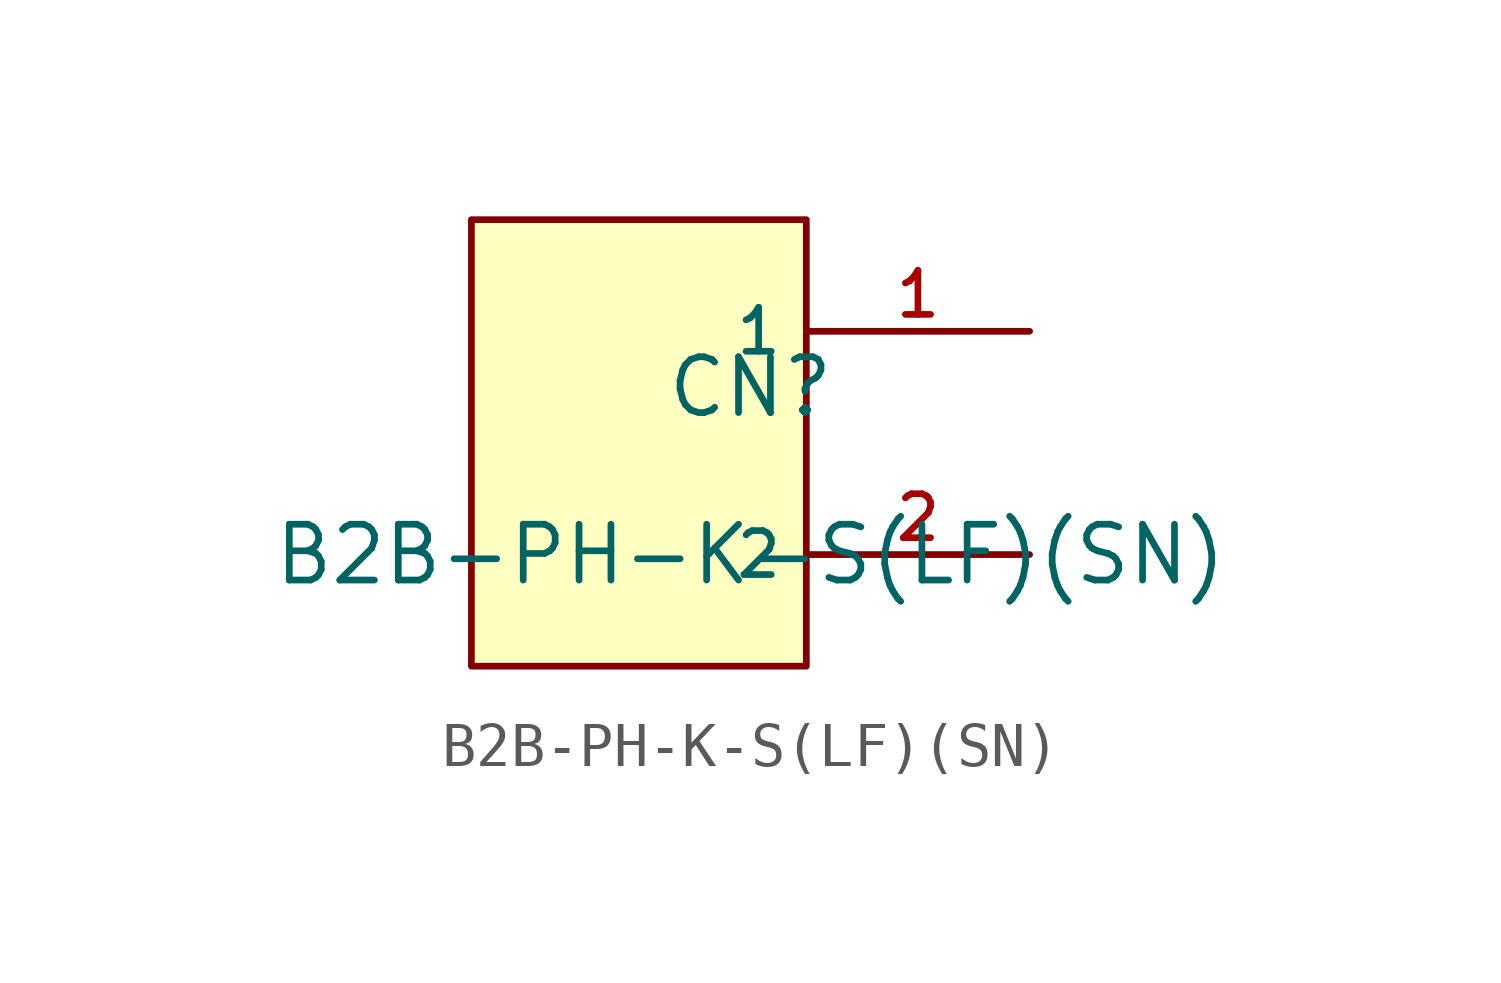
<source format=kicad_sym>
(kicad_symbol_lib
  (version 20210201)
  (generator TousstNicolas/JLC2KiCad_lib)
  (symbol "B2B-PH-K-S(LF)(SN)"
    (property "Reference" "CN"
      (at 0 1.27 0)
      (effects (font (size 1.27 1.27))))
    (property "Value" "B2B-PH-K-S(LF)(SN)"
      (at 0 -2.54 0)
      (effects (font (size 1.27 1.27))))
    (symbol "B2B-PH-K-S(LF)(SN)_0_1"
      (rectangle (start -6.35 5.08) (end 1.27 -5.08) (stroke (width 0) (type default) (color 0 0 0 0)) (fill (type background)))
      (pin input line (at 6.35 2.54 180) (length 5.08) (name "1" (effects (font (size 1 1)))) (number "1" (effects (font (size 1 1)))))
      (pin input line (at 6.35 -2.54 180) (length 5.08) (name "2" (effects (font (size 1 1)))) (number "2" (effects (font (size 1 1))))))))
</source>
